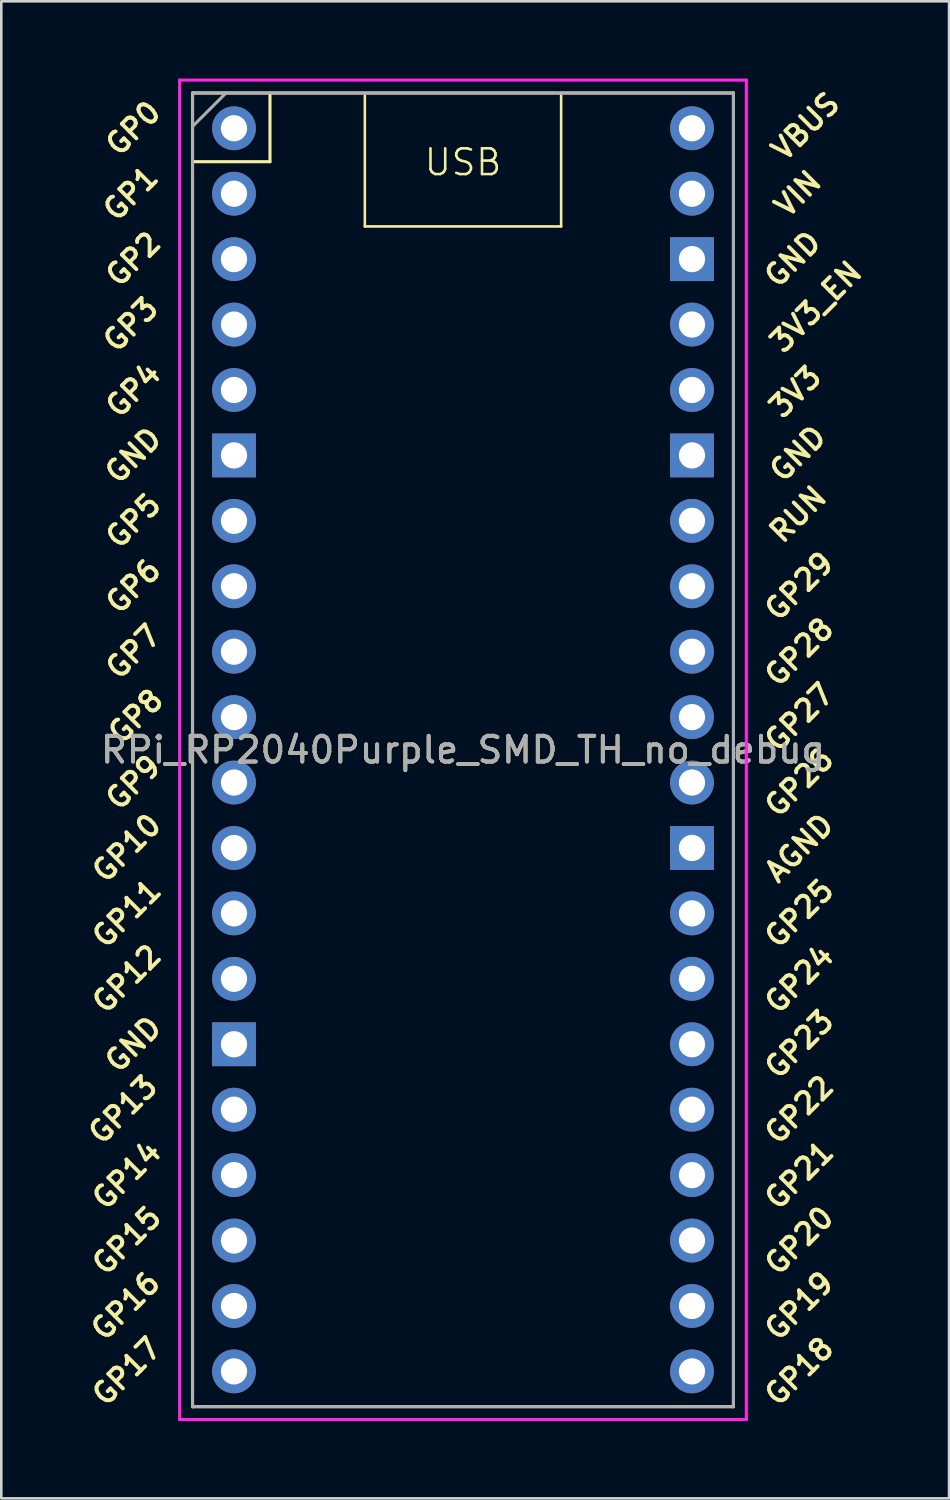
<source format=kicad_pcb>
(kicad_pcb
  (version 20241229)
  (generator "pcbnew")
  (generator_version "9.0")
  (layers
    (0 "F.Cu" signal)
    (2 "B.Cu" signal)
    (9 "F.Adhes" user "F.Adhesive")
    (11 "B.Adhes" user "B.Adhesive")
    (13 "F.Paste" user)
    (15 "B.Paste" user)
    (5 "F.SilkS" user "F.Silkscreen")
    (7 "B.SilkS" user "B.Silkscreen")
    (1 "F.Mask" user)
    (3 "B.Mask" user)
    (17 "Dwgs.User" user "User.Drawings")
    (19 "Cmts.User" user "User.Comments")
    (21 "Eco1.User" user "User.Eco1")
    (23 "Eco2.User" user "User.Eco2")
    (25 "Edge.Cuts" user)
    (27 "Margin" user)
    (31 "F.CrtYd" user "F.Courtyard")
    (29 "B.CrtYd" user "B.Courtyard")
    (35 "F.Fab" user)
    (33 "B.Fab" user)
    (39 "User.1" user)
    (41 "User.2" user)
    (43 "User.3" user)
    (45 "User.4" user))
  (footprint "RPi_RP2040Purple_SMD_TH_no_debug"
    (layer "F.Cu")
    (at 14.924 26.06)
    (property "Reference" "RPi_RP2040Purple_SMD_TH_no_debug" (at 0 0 0) (layer "F.SilkS") (effects (font (size 1 1) (thickness 0.15))))
    (attr through_hole)
    (fp_line (start -10.5 -25.5) (end -10.5 25.5) (stroke (width 0.12) (type solid)) (layer "F.SilkS"))
    (fp_line (start -10.5 -25.5) (end 10.5 -25.5) (stroke (width 0.12) (type solid)) (layer "F.SilkS"))
    (fp_line (start -10.5 -22.833) (end -7.493 -22.833) (stroke (width 0.12) (type solid)) (layer "F.SilkS"))
    (fp_line (start -7.493 -22.833) (end -7.493 -25.5) (stroke (width 0.12) (type solid)) (layer "F.SilkS"))
    (fp_line (start -3.81 -25.4) (end -3.81 -20.32) (stroke (width 0.1) (type default)) (layer "F.SilkS"))
    (fp_line (start -3.81 -20.32) (end 3.81 -20.32) (stroke (width 0.1) (type default)) (layer "F.SilkS"))
    (fp_line (start 3.81 -20.32) (end 3.81 -25.4) (stroke (width 0.1) (type default)) (layer "F.SilkS"))
    (fp_line (start 10.5 -25.5) (end 10.5 25.5) (stroke (width 0.12) (type solid)) (layer "F.SilkS"))
    (fp_line (start 10.5 25.5) (end -10.5 25.5) (stroke (width 0.12) (type solid)) (layer "F.SilkS"))
    (fp_line (start -11 -26) (end 11 -26) (stroke (width 0.12) (type solid)) (layer "F.CrtYd"))
    (fp_line (start -11 26) (end -11 -26) (stroke (width 0.12) (type solid)) (layer "F.CrtYd"))
    (fp_line (start 11 -26) (end 11 26) (stroke (width 0.12) (type solid)) (layer "F.CrtYd"))
    (fp_line (start 11 26) (end -11 26) (stroke (width 0.12) (type solid)) (layer "F.CrtYd"))
    (fp_line (start -10.5 -25.5) (end 10.5 -25.5) (stroke (width 0.12) (type solid)) (layer "F.Fab"))
    (fp_line (start -10.5 -24.2) (end -9.2 -25.5) (stroke (width 0.12) (type solid)) (layer "F.Fab"))
    (fp_line (start -10.5 25.5) (end -10.5 -25.5) (stroke (width 0.12) (type solid)) (layer "F.Fab"))
    (fp_line (start 10.5 -25.5) (end 10.5 25.5) (stroke (width 0.12) (type solid)) (layer "F.Fab"))
    (fp_line (start 10.5 25.5) (end -10.5 25.5) (stroke (width 0.12) (type solid)) (layer "F.Fab"))
    (fp_text user "AGND" (at 13.054 3.81 45) (layer "F.SilkS") (effects (font (size 0.8 0.8) (thickness 0.15))))
    (fp_text user "GP0" (at -12.8 -24.13 45) (layer "F.SilkS") (effects (font (size 0.8 0.8) (thickness 0.15))))
    (fp_text user "GP4" (at -12.8 -13.97 45) (layer "F.SilkS") (effects (font (size 0.8 0.8) (thickness 0.15))))
    (fp_text user "GP3" (at -12.9 -16.51 45) (layer "F.SilkS") (effects (font (size 0.8 0.8) (thickness 0.15))))
    (fp_text user "GP21" (at 13.054 16.51 45) (layer "F.SilkS") (effects (font (size 0.8 0.8) (thickness 0.15))))
    (fp_text user "GP28" (at 13.054 -3.8 45) (layer "F.SilkS") (effects (font (size 0.8 0.8) (thickness 0.15))))
    (fp_text user "GP5" (at -12.8 -8.89 45) (layer "F.SilkS") (effects (font (size 0.8 0.8) (thickness 0.15))))
    (fp_text user "GP24" (at 13.054 8.9 45) (layer "F.SilkS") (effects (font (size 0.8 0.8) (thickness 0.15))))
    (fp_text user "GP12" (at -13.054 8.89 45) (layer "F.SilkS") (effects (font (size 0.8 0.8) (thickness 0.15))))
    (fp_text user "GP20" (at 13.054 19.05 45) (layer "F.SilkS") (effects (font (size 0.8 0.8) (thickness 0.15))))
    (fp_text user "GP7" (at -12.8 -3.81 45) (layer "F.SilkS") (effects (font (size 0.8 0.8) (thickness 0.15))))
    (fp_text user "GP18" (at 13.054 24.13 45) (layer "F.SilkS") (effects (font (size 0.8 0.8) (thickness 0.15))))
    (fp_text user "VIN" (at 13 -21.59 45) (layer "F.SilkS") (effects (font (size 0.8 0.8) (thickness 0.15))))
    (fp_text user "GP19" (at 13.054 21.59 45) (layer "F.SilkS") (effects (font (size 0.8 0.8) (thickness 0.15))))
    (fp_text user "GP17" (at -13.054 24.13 45) (layer "F.SilkS") (effects (font (size 0.8 0.8) (thickness 0.15))))
    (fp_text user "GP10" (at -13.054 3.81 45) (layer "F.SilkS") (effects (font (size 0.8 0.8) (thickness 0.15))))
    (fp_text user "GP13" (at -13.2 13.97 45) (layer "F.SilkS") (effects (font (size 0.8 0.8) (thickness 0.15))))
    (fp_text user "GP9" (at -12.8 1.27 45) (layer "F.SilkS") (effects (font (size 0.8 0.8) (thickness 0.15))))
    (fp_text user "VBUS" (at 13.3 -24.2 45) (layer "F.SilkS") (effects (font (size 0.8 0.8) (thickness 0.15))))
    (fp_text user "GP26" (at 13.054 1.27 45) (layer "F.SilkS") (effects (font (size 0.8 0.8) (thickness 0.15))))
    (fp_text user "USB" (at 0 -22.225 0) (unlocked yes) (layer "F.SilkS") (effects (font (size 1 1) (thickness 0.1)) (justify bottom)))
    (fp_text user "GP29" (at 13.054 -6.35 45) (layer "F.SilkS") (effects (font (size 0.8 0.8) (thickness 0.15))))
    (fp_text user "3V3_EN" (at 13.7 -17.2 45) (layer "F.SilkS") (effects (font (size 0.8 0.8) (thickness 0.15))))
    (fp_text user "3V3" (at 12.9 -13.9 45) (layer "F.SilkS") (effects (font (size 0.8 0.8) (thickness 0.15))))
    (fp_text user "GP25" (at 13.054 6.35 45) (layer "F.SilkS") (effects (font (size 0.8 0.8) (thickness 0.15))))
    (fp_text user "GP2" (at -12.8 -19.05 45) (layer "F.SilkS") (effects (font (size 0.8 0.8) (thickness 0.15))))
    (fp_text user "RUN" (at 13 -9.144 45) (layer "F.SilkS") (effects (font (size 0.8 0.8) (thickness 0.15))))
    (fp_text user "GP1" (at -12.9 -21.6 45) (layer "F.SilkS") (effects (font (size 0.8 0.8) (thickness 0.15))))
    (fp_text user "GND" (at -12.8 -11.43 45) (layer "F.SilkS") (effects (font (size 0.8 0.8) (thickness 0.15))))
    (fp_text user "GP6" (at -12.8 -6.35 45) (layer "F.SilkS") (effects (font (size 0.8 0.8) (thickness 0.15))))
    (fp_text user "GP16" (at -13.1 21.59 45) (layer "F.SilkS") (effects (font (size 0.8 0.8) (thickness 0.15))))
    (fp_text user "GP14" (at -13.054 16.51 45) (layer "F.SilkS") (effects (font (size 0.8 0.8) (thickness 0.15))))
    (fp_text user "GND" (at 13 -11.5 45) (layer "F.SilkS") (effects (font (size 0.8 0.8) (thickness 0.15))))
    (fp_text user "GND" (at -12.8 11.43 45) (layer "F.SilkS") (effects (font (size 0.8 0.8) (thickness 0.15))))
    (fp_text user "GP23" (at 13.054 11.43 45) (layer "F.SilkS") (effects (font (size 0.8 0.8) (thickness 0.15))))
    (fp_text user "GP11" (at -13.054 6.35 45) (layer "F.SilkS") (effects (font (size 0.8 0.8) (thickness 0.15))))
    (fp_text user "GP27" (at 13.054 -1.27 45) (layer "F.SilkS") (effects (font (size 0.8 0.8) (thickness 0.15))))
    (fp_text user "GP15" (at -13.054 19.05 45) (layer "F.SilkS") (effects (font (size 0.8 0.8) (thickness 0.15))))
    (fp_text user "GND" (at 12.8 -19.05 45) (layer "F.SilkS") (effects (font (size 0.8 0.8) (thickness 0.15))))
    (fp_text user "GP8" (at -12.7 -1.3 45) (layer "F.SilkS") (effects (font (size 0.8 0.8) (thickness 0.15))))
    (fp_text user "GP22" (at 13.054 13.97 45) (layer "F.SilkS") (effects (font (size 0.8 0.8) (thickness 0.15))))
    (fp_text user "${REFERENCE}" (at 0 0 180) (layer "F.Fab") (effects (font (size 1 1) (thickness 0.15))))
    (pad "1" thru_hole oval (at -8.89 -24.13) (size 1.7 1.7) (drill 1.02) (layers "*.Cu" "*.Mask"))
    (pad "2" thru_hole oval (at -8.89 -21.59) (size 1.7 1.7) (drill 1.02) (layers "*.Cu" "*.Mask"))
    (pad "3" thru_hole oval (at -8.89 -19.05) (size 1.7 1.7) (drill 1.02) (layers "*.Cu" "*.Mask"))
    (pad "4" thru_hole oval (at -8.89 -16.51) (size 1.7 1.7) (drill 1.02) (layers "*.Cu" "*.Mask"))
    (pad "5" thru_hole oval (at -8.89 -13.97) (size 1.7 1.7) (drill 1.02) (layers "*.Cu" "*.Mask"))
    (pad "6" thru_hole rect (at -8.89 -11.43) (size 1.7 1.7) (drill 1.02) (layers "*.Cu" "*.Mask"))
    (pad "7" thru_hole oval (at -8.89 -8.89) (size 1.7 1.7) (drill 1.02) (layers "*.Cu" "*.Mask"))
    (pad "8" thru_hole oval (at -8.89 -6.35) (size 1.7 1.7) (drill 1.02) (layers "*.Cu" "*.Mask"))
    (pad "9" thru_hole oval (at -8.89 -3.81) (size 1.7 1.7) (drill 1.02) (layers "*.Cu" "*.Mask"))
    (pad "10" thru_hole oval (at -8.89 -1.27) (size 1.7 1.7) (drill 1.02) (layers "*.Cu" "*.Mask"))
    (pad "11" thru_hole oval (at -8.89 1.27) (size 1.7 1.7) (drill 1.02) (layers "*.Cu" "*.Mask"))
    (pad "12" thru_hole oval (at -8.89 3.81) (size 1.7 1.7) (drill 1.02) (layers "*.Cu" "*.Mask"))
    (pad "13" thru_hole oval (at -8.89 6.35) (size 1.7 1.7) (drill 1.02) (layers "*.Cu" "*.Mask"))
    (pad "14" thru_hole oval (at -8.89 8.89) (size 1.7 1.7) (drill 1.02) (layers "*.Cu" "*.Mask"))
    (pad "15" thru_hole rect (at -8.89 11.43) (size 1.7 1.7) (drill 1.02) (layers "*.Cu" "*.Mask"))
    (pad "16" thru_hole oval (at -8.89 13.97) (size 1.7 1.7) (drill 1.02) (layers "*.Cu" "*.Mask"))
    (pad "17" thru_hole oval (at -8.89 16.51) (size 1.7 1.7) (drill 1.02) (layers "*.Cu" "*.Mask"))
    (pad "18" thru_hole oval (at -8.89 19.05) (size 1.7 1.7) (drill 1.02) (layers "*.Cu" "*.Mask"))
    (pad "19" thru_hole oval (at -8.89 21.59) (size 1.7 1.7) (drill 1.02) (layers "*.Cu" "*.Mask"))
    (pad "20" thru_hole oval (at -8.89 24.13) (size 1.7 1.7) (drill 1.02) (layers "*.Cu" "*.Mask"))
    (pad "21" thru_hole oval (at 8.89 24.13) (size 1.7 1.7) (drill 1.02) (layers "*.Cu" "*.Mask"))
    (pad "22" thru_hole oval (at 8.89 21.59) (size 1.7 1.7) (drill 1.02) (layers "*.Cu" "*.Mask"))
    (pad "23" thru_hole oval (at 8.89 19.05) (size 1.7 1.7) (drill 1.02) (layers "*.Cu" "*.Mask"))
    (pad "24" thru_hole oval (at 8.89 16.51) (size 1.7 1.7) (drill 1.02) (layers "*.Cu" "*.Mask"))
    (pad "25" thru_hole oval (at 8.89 13.97) (size 1.7 1.7) (drill 1.02) (layers "*.Cu" "*.Mask"))
    (pad "26" thru_hole oval (at 8.89 11.43) (size 1.7 1.7) (drill 1.02) (layers "*.Cu" "*.Mask"))
    (pad "27" thru_hole oval (at 8.89 8.89) (size 1.7 1.7) (drill 1.02) (layers "*.Cu" "*.Mask"))
    (pad "28" thru_hole oval (at 8.89 6.35) (size 1.7 1.7) (drill 1.02) (layers "*.Cu" "*.Mask"))
    (pad "29" thru_hole rect (at 8.89 3.81) (size 1.7 1.7) (drill 1.02) (layers "*.Cu" "*.Mask"))
    (pad "30" thru_hole oval (at 8.89 1.27) (size 1.7 1.7) (drill 1.02) (layers "*.Cu" "*.Mask"))
    (pad "31" thru_hole oval (at 8.89 -1.27) (size 1.7 1.7) (drill 1.02) (layers "*.Cu" "*.Mask"))
    (pad "32" thru_hole oval (at 8.89 -3.81) (size 1.7 1.7) (drill 1.02) (layers "*.Cu" "*.Mask"))
    (pad "33" thru_hole oval (at 8.89 -6.35) (size 1.7 1.7) (drill 1.02) (layers "*.Cu" "*.Mask"))
    (pad "34" thru_hole oval (at 8.89 -8.89) (size 1.7 1.7) (drill 1.02) (layers "*.Cu" "*.Mask"))
    (pad "35" thru_hole rect (at 8.89 -11.43) (size 1.7 1.7) (drill 1.02) (layers "*.Cu" "*.Mask"))
    (pad "36" thru_hole oval (at 8.89 -13.97) (size 1.7 1.7) (drill 1.02) (layers "*.Cu" "*.Mask"))
    (pad "37" thru_hole oval (at 8.89 -16.51) (size 1.7 1.7) (drill 1.02) (layers "*.Cu" "*.Mask"))
    (pad "38" thru_hole rect (at 8.89 -19.05) (size 1.7 1.7) (drill 1.02) (layers "*.Cu" "*.Mask"))
    (pad "39" thru_hole oval (at 8.89 -21.59) (size 1.7 1.7) (drill 1.02) (layers "*.Cu" "*.Mask"))
    (pad "40" thru_hole oval (at 8.89 -24.13) (size 1.7 1.7) (drill 1.02) (layers "*.Cu" "*.Mask")))
  (gr_rect
    (start -3 -3)
    (end 33.793 55.12)
    (stroke (width 0.1) (type default))
    (fill no)
    (layer "Edge.Cuts")))
</source>
